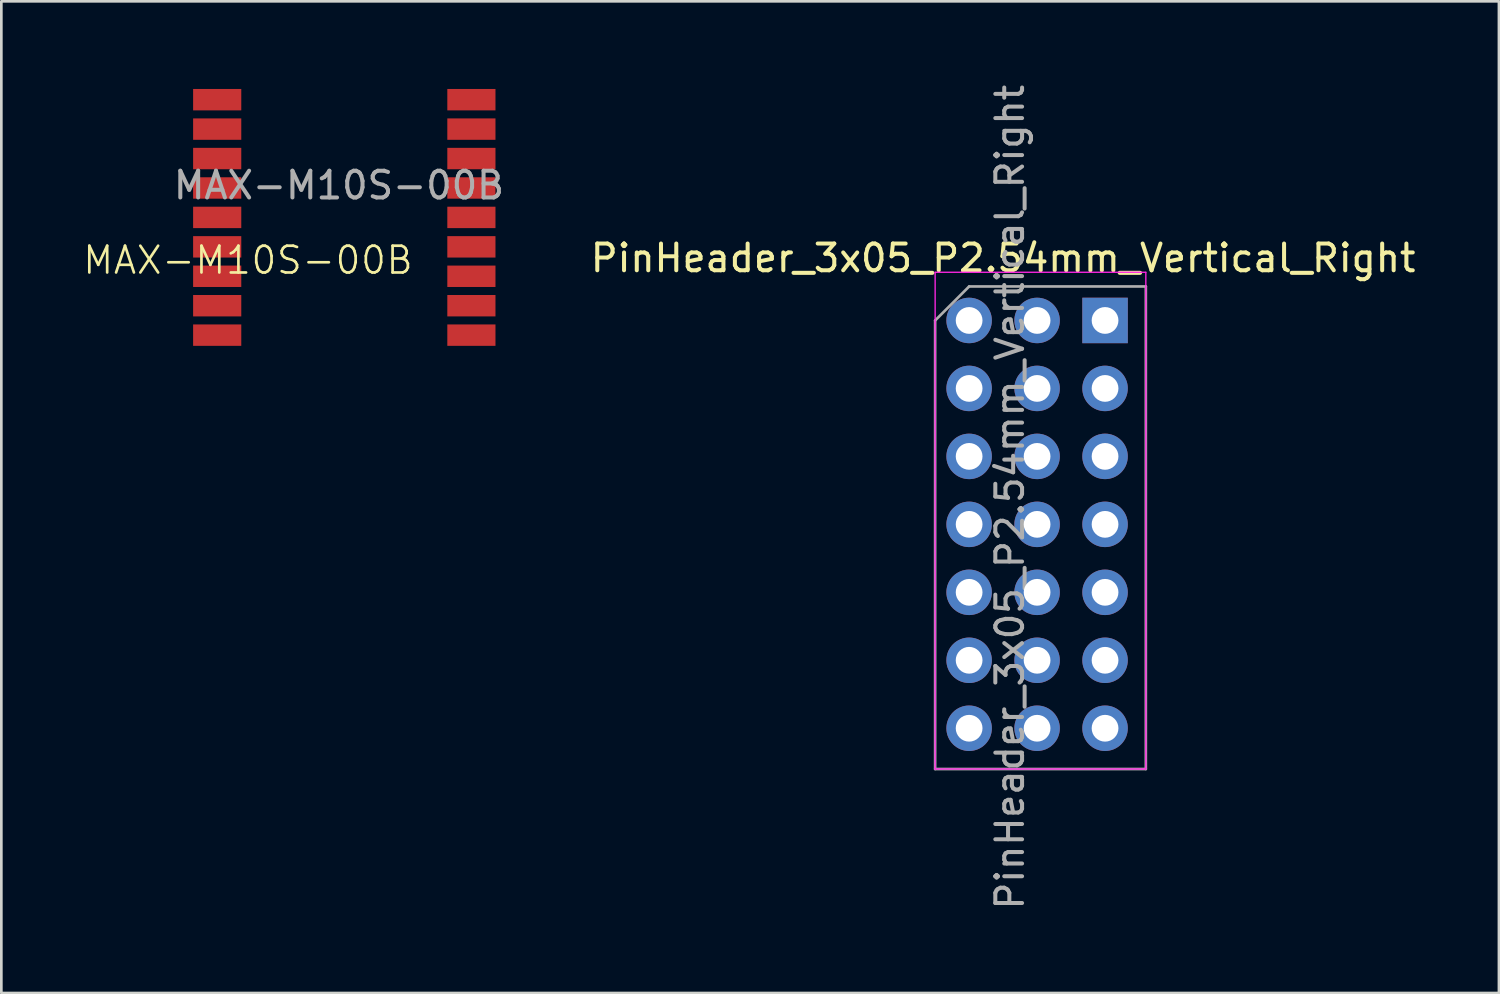
<source format=kicad_pcb>
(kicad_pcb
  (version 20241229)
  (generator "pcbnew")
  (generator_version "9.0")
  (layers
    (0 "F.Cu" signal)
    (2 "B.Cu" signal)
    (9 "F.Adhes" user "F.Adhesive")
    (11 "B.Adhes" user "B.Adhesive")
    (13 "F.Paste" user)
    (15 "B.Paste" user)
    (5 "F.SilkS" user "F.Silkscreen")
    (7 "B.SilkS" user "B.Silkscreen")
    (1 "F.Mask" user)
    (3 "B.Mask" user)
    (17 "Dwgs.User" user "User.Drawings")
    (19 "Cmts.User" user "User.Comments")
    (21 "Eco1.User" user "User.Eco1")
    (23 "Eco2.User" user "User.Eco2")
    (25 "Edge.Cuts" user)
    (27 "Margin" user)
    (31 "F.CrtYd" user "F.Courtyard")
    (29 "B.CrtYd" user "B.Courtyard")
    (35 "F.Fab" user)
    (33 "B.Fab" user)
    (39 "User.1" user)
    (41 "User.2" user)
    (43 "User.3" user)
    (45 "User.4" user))
  (footprint "MAX-M10S-00B"
    (layer "F.Cu")
    (at 9.967 4.625)
    (property "Reference" "MAX-M10S-00B" (at -3.75 2.05 0) (unlocked yes) (layer "F.SilkS") (effects (font (size 1 1) (thickness 0.1))))
    (attr smd)
    (fp_rect (start -5 -4.6) (end 4.7 5.5) (stroke (width 0.05) (type default)) (fill no) (layer "Margin"))
    (fp_text user "${REFERENCE}" (at -0.35 -0.75 0) (unlocked yes) (layer "F.Fab") (effects (font (size 1 1) (thickness 0.15))))
    (pad "1" smd rect (at 4.6 4.85) (size 1.8 0.8) (layers "F.Cu" "F.Mask" "F.Paste"))
    (pad "2" smd rect (at 4.6 3.75) (size 1.8 0.8) (layers "F.Cu" "F.Mask" "F.Paste"))
    (pad "3" smd rect (at 4.6 2.65) (size 1.8 0.8) (layers "F.Cu" "F.Mask" "F.Paste"))
    (pad "4" smd rect (at 4.6 1.55) (size 1.8 0.8) (layers "F.Cu" "F.Mask" "F.Paste"))
    (pad "5" smd rect (at 4.6 0.45) (size 1.8 0.8) (layers "F.Cu" "F.Mask" "F.Paste"))
    (pad "6" smd rect (at 4.6 -0.65) (size 1.8 0.8) (layers "F.Cu" "F.Mask" "F.Paste"))
    (pad "7" smd rect (at 4.6 -1.75) (size 1.8 0.8) (layers "F.Cu" "F.Mask" "F.Paste"))
    (pad "8" smd rect (at 4.6 -2.85) (size 1.8 0.8) (layers "F.Cu" "F.Mask" "F.Paste"))
    (pad "9" smd rect (at 4.6 -3.95) (size 1.8 0.8) (layers "F.Cu" "F.Mask" "F.Paste"))
    (pad "10" smd rect (at -4.9 -3.95) (size 1.8 0.8) (layers "F.Cu" "F.Mask" "F.Paste"))
    (pad "11" smd rect (at -4.9 -2.85) (size 1.8 0.8) (layers "F.Cu" "F.Mask" "F.Paste"))
    (pad "12" smd rect (at -4.9 -1.75) (size 1.8 0.8) (layers "F.Cu" "F.Mask" "F.Paste"))
    (pad "13" smd rect (at -4.9 -0.65) (size 1.8 0.8) (layers "F.Cu" "F.Mask" "F.Paste"))
    (pad "14" smd rect (at -4.9 0.45) (size 1.8 0.8) (layers "F.Cu" "F.Mask" "F.Paste"))
    (pad "15" smd rect (at -4.9 1.55) (size 1.8 0.8) (layers "F.Cu" "F.Mask" "F.Paste"))
    (pad "16" smd rect (at -4.9 2.65) (size 1.8 0.8) (layers "F.Cu" "F.Mask" "F.Paste"))
    (pad "17" smd rect (at -4.9 3.75) (size 1.8 0.8) (layers "F.Cu" "F.Mask" "F.Paste"))
    (pad "18" smd rect (at -4.9 4.85) (size 1.8 0.8) (layers "F.Cu" "F.Mask" "F.Paste")))
  (footprint "PinHeader_3x05_P2.54mm_Vertical_Right"
    (layer "F.Cu")
    (at 33.168 8.926)
    (property "Reference" "PinHeader_3x05_P2.54mm_Vertical_Right" (at 1.27 -2.33 0) (layer "F.SilkS") (effects (font (size 1 1) (thickness 0.15))))
    (attr through_hole)
    (fp_line (start -1.27 -1.8) (end -1.27 16.764) (stroke (width 0.05) (type solid)) (layer "F.CrtYd"))
    (fp_line (start -1.27 16.764) (end 6.604 16.764) (stroke (width 0.05) (type solid)) (layer "F.CrtYd"))
    (fp_line (start 6.604 -1.8) (end -1.27 -1.8) (stroke (width 0.05) (type solid)) (layer "F.CrtYd"))
    (fp_line (start 6.604 16.764) (end 6.604 -1.8) (stroke (width 0.05) (type solid)) (layer "F.CrtYd"))
    (fp_line (start -1.27 0) (end 0 -1.27) (stroke (width 0.1) (type solid)) (layer "F.Fab"))
    (fp_line (start -1.27 16.764) (end -1.27 0) (stroke (width 0.1) (type solid)) (layer "F.Fab"))
    (fp_line (start 0 -1.27) (end 6.604 -1.27) (stroke (width 0.1) (type solid)) (layer "F.Fab"))
    (fp_line (start 6.604 -1.27) (end 6.604 16.764) (stroke (width 0.1) (type solid)) (layer "F.Fab"))
    (fp_line (start 6.604 16.764) (end -1.27 16.764) (stroke (width 0.1) (type solid)) (layer "F.Fab"))
    (fp_text user "${REFERENCE}" (at 1.524 6.604 90) (layer "F.Fab") (effects (font (size 1 1) (thickness 0.15))))
    (pad "1" thru_hole rect (at 5.08 0) (size 1.7 1.7) (drill 1) (layers "*.Cu" "*.Mask"))
    (pad "2" thru_hole oval (at 5.08 2.54) (size 1.7 1.7) (drill 1) (layers "*.Cu" "*.Mask"))
    (pad "3" thru_hole oval (at 5.08 5.08) (size 1.7 1.7) (drill 1) (layers "*.Cu" "*.Mask"))
    (pad "4" thru_hole oval (at 5.08 7.62) (size 1.7 1.7) (drill 1) (layers "*.Cu" "*.Mask"))
    (pad "5" thru_hole oval (at 5.08 10.16) (size 1.7 1.7) (drill 1) (layers "*.Cu" "*.Mask"))
    (pad "6" thru_hole oval (at 5.08 12.7) (size 1.7 1.7) (drill 1) (layers "*.Cu" "*.Mask"))
    (pad "7" thru_hole oval (at 5.08 15.24) (size 1.7 1.7) (drill 1) (layers "*.Cu" "*.Mask"))
    (pad "8" thru_hole oval (at 2.54 0) (size 1.7 1.7) (drill 1) (layers "*.Cu" "*.Mask"))
    (pad "9" thru_hole oval (at 2.54 2.54) (size 1.7 1.7) (drill 1) (layers "*.Cu" "*.Mask"))
    (pad "10" thru_hole oval (at 2.54 5.08) (size 1.7 1.7) (drill 1) (layers "*.Cu" "*.Mask"))
    (pad "11" thru_hole oval (at 2.54 7.62) (size 1.7 1.7) (drill 1) (layers "*.Cu" "*.Mask"))
    (pad "12" thru_hole oval (at 2.54 10.16) (size 1.7 1.7) (drill 1) (layers "*.Cu" "*.Mask"))
    (pad "13" thru_hole oval (at 2.54 12.7) (size 1.7 1.7) (drill 1) (layers "*.Cu" "*.Mask"))
    (pad "14" thru_hole oval (at 2.54 15.24) (size 1.7 1.7) (drill 1) (layers "*.Cu" "*.Mask"))
    (pad "15" thru_hole oval (at 0 0) (size 1.7 1.7) (drill 1) (layers "*.Cu" "*.Mask"))
    (pad "16" thru_hole oval (at 0 2.54) (size 1.7 1.7) (drill 1) (layers "*.Cu" "*.Mask"))
    (pad "17" thru_hole oval (at 0 5.08) (size 1.7 1.7) (drill 1) (layers "*.Cu" "*.Mask"))
    (pad "18" thru_hole oval (at 0 7.62) (size 1.7 1.7) (drill 1) (layers "*.Cu" "*.Mask"))
    (pad "19" thru_hole oval (at 0 10.16) (size 1.7 1.7) (drill 1) (layers "*.Cu" "*.Mask"))
    (pad "20" thru_hole oval (at 0 12.7) (size 1.7 1.7) (drill 1) (layers "*.Cu" "*.Mask"))
    (pad "21" thru_hole oval (at 0 15.24) (size 1.7 1.7) (drill 1) (layers "*.Cu" "*.Mask")))
  (gr_rect
    (start -3 -3)
    (end 52.968 34.06)
    (stroke (width 0.1) (type default))
    (fill no)
    (layer "Edge.Cuts")))
</source>
